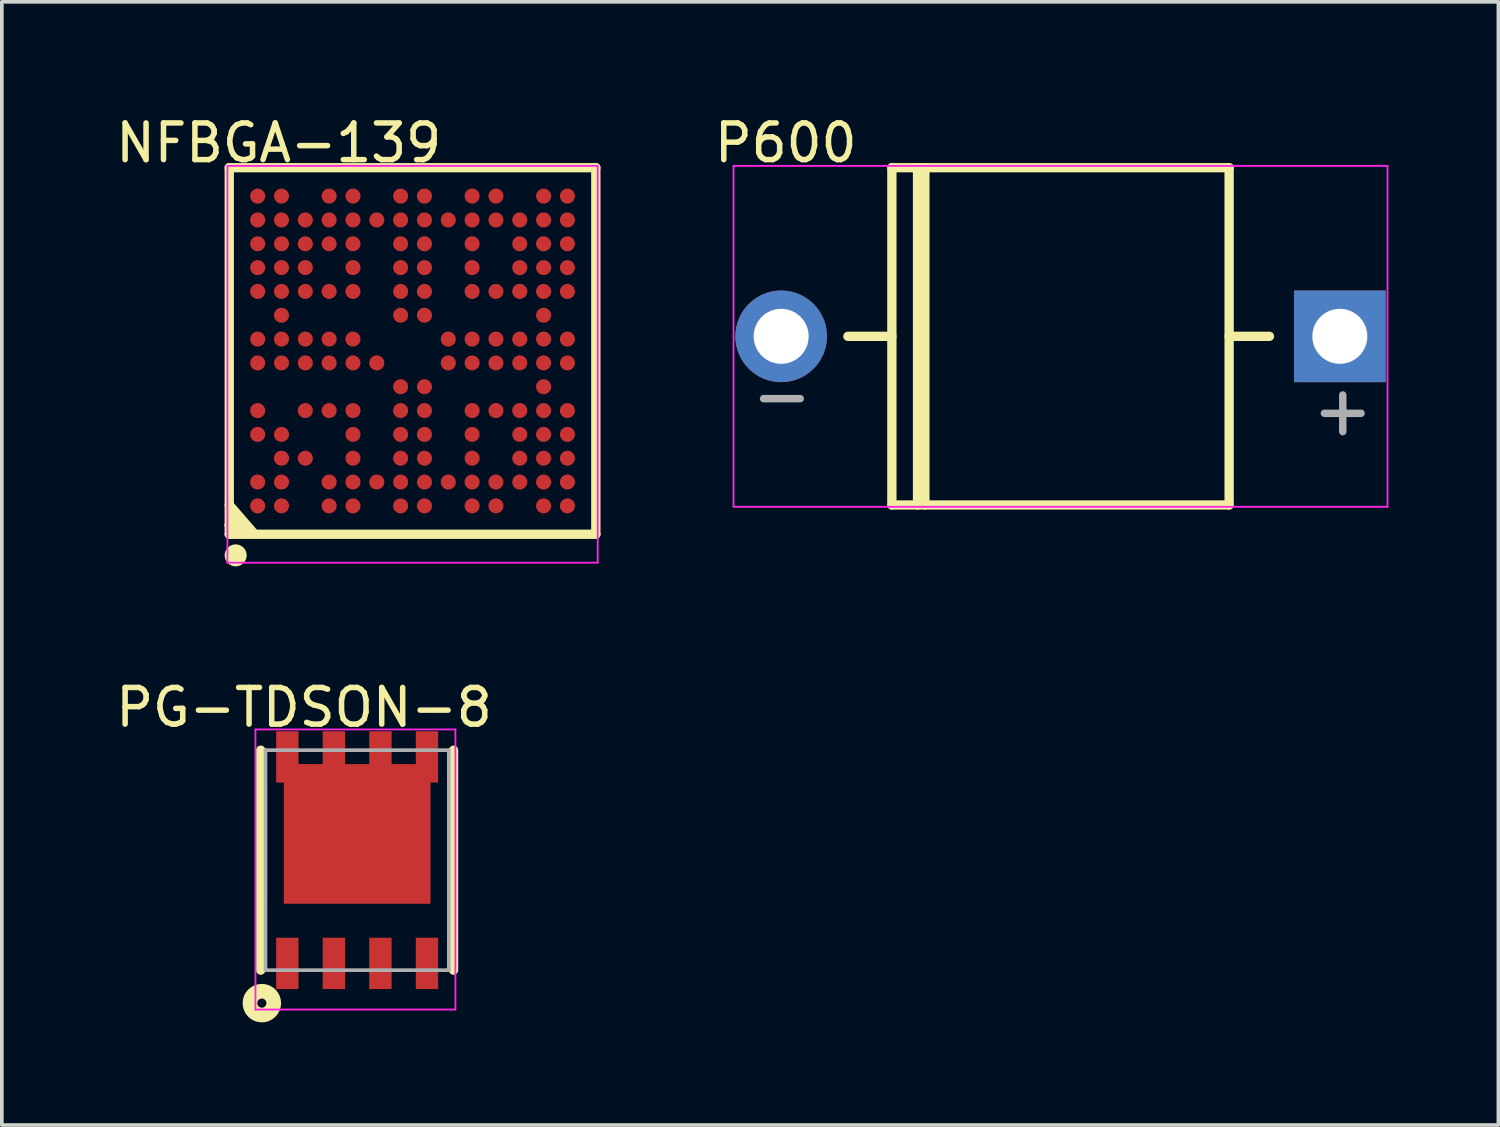
<source format=kicad_pcb>
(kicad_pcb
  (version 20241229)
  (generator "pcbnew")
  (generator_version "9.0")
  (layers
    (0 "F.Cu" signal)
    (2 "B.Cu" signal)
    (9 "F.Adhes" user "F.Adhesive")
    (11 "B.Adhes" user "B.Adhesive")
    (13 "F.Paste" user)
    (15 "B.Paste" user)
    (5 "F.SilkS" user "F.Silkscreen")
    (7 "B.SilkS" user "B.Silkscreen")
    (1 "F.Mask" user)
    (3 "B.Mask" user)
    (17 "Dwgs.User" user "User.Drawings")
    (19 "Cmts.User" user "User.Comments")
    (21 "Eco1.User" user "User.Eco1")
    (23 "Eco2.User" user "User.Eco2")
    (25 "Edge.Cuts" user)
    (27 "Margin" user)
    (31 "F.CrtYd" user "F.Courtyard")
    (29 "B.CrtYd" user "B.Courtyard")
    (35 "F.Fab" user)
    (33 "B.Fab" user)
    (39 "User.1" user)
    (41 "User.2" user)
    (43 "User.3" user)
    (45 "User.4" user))
  (footprint "P600"
    (layer "F.Cu")
    (at 25.88 6.125)
    (property "Reference" "P600" (at -7.495 -5.276 0) (layer "F.SilkS") (effects (font (size 1 1) (thickness 0.15))))
    (attr through_hole)
    (fp_line (start -5.8 0) (end -4.6 0) (stroke (width 0.254) (type solid)) (layer "F.SilkS"))
    (fp_line (start -4.6 -4.6) (end 4.6 -4.6) (stroke (width 0.254) (type solid)) (layer "F.SilkS"))
    (fp_line (start -4.6 4.6) (end -4.6 -4.6) (stroke (width 0.254) (type solid)) (layer "F.SilkS"))
    (fp_line (start -4.6 4.6) (end 4.6 4.6) (stroke (width 0.254) (type solid)) (layer "F.SilkS"))
    (fp_line (start -3.9 4.6) (end -3.9 -4.6) (stroke (width 0.254) (type solid)) (layer "F.SilkS"))
    (fp_line (start -3.7 4.6) (end -3.7 -4.6) (stroke (width 0.254) (type solid)) (layer "F.SilkS"))
    (fp_line (start 4.6 0) (end 5.7 0) (stroke (width 0.254) (type solid)) (layer "F.SilkS"))
    (fp_line (start 4.6 4.6) (end 4.6 -4.6) (stroke (width 0.254) (type solid)) (layer "F.SilkS"))
    (fp_line (start -8.92 -4.65) (end 8.92 -4.65) (stroke (width 0.05) (type solid)) (layer "F.CrtYd"))
    (fp_line (start -8.92 4.65) (end -8.92 -4.65) (stroke (width 0.05) (type solid)) (layer "F.CrtYd"))
    (fp_line (start 8.92 -4.65) (end 8.92 4.65) (stroke (width 0.05) (type solid)) (layer "F.CrtYd"))
    (fp_line (start 8.92 4.65) (end -8.92 4.65) (stroke (width 0.05) (type solid)) (layer "F.CrtYd"))
    (fp_line (start -8.1 1.7) (end -7.1 1.7) (stroke (width 0.203) (type solid)) (layer "F.Fab"))
    (fp_line (start 7.2 2.1) (end 8.2 2.1) (stroke (width 0.203) (type solid)) (layer "F.Fab"))
    (fp_line (start 7.7 2.6) (end 7.7 1.6) (stroke (width 0.203) (type solid)) (layer "F.Fab"))
    (pad "1" thru_hole rect (at 7.62 0) (size 2.5 2.5) (drill 1.5) (layers "*.Cu" "*.Mask"))
    (pad "2" thru_hole oval (at -7.62 0) (size 2.5 2.5) (drill 1.5) (layers "*.Cu" "*.Mask")))
  (footprint "PG-TDSON-8"
    (layer "F.Cu")
    (at 6.693 20.415)
    (property "Reference" "PG-TDSON-8" (at -1.449 -4.167 0) (layer "F.SilkS") (effects (font (size 1 1) (thickness 0.15))))
    (attr through_hole)
    (fp_line (start -2.63 3) (end -2.63 -3) (stroke (width 0.254) (type solid)) (layer "F.SilkS"))
    (fp_line (start 2.63 3) (end 2.63 -3) (stroke (width 0.254) (type solid)) (layer "F.SilkS"))
    (fp_circle (center -2.6 3.9) (end -2.475 3.9) (stroke (width 0.4) (type solid)) (fill no) (layer "F.SilkS"))
    (fp_line (start -2.775 -3.566) (end 2.68 -3.566) (stroke (width 0.05) (type solid)) (layer "F.CrtYd"))
    (fp_line (start -2.775 4.075) (end -2.775 -3.566) (stroke (width 0.05) (type solid)) (layer "F.CrtYd"))
    (fp_line (start 2.68 -3.566) (end 2.68 4.075) (stroke (width 0.05) (type solid)) (layer "F.CrtYd"))
    (fp_line (start 2.68 4.075) (end -2.775 4.075) (stroke (width 0.05) (type solid)) (layer "F.CrtYd"))
    (fp_line (start -2.5 -3) (end 2.5 -3) (stroke (width 0.1) (type solid)) (layer "F.Fab"))
    (fp_line (start -2.5 3) (end -2.5 -3) (stroke (width 0.1) (type solid)) (layer "F.Fab"))
    (fp_line (start -2.5 3) (end 2.5 3) (stroke (width 0.1) (type solid)) (layer "F.Fab"))
    (fp_line (start 2.5 3) (end 2.5 -3) (stroke (width 0.1) (type solid)) (layer "F.Fab"))
    (pad "0" smd rect (at 0 -0.716 90) (size 3.81 4) (layers "F.Cu" "F.Mask" "F.Paste"))
    (pad "1" smd rect (at -1.905 2.816) (size 0.61 1.4) (layers "F.Cu" "F.Mask" "F.Paste"))
    (pad "2" smd rect (at -0.635 2.816) (size 0.61 1.4) (layers "F.Cu" "F.Mask" "F.Paste"))
    (pad "3" smd rect (at 0.635 2.816) (size 0.61 1.4) (layers "F.Cu" "F.Mask" "F.Paste"))
    (pad "4" smd rect (at 1.905 2.816) (size 0.61 1.4) (layers "F.Cu" "F.Mask" "F.Paste"))
    (pad "5" smd rect (at 1.905 -2.816) (size 0.61 1.4) (layers "F.Cu" "F.Mask" "F.Paste"))
    (pad "6" smd rect (at 0.635 -2.816) (size 0.61 1.4) (layers "F.Cu" "F.Mask" "F.Paste"))
    (pad "7" smd rect (at -0.635 -2.816) (size 0.61 1.4) (layers "F.Cu" "F.Mask" "F.Paste"))
    (pad "8" smd rect (at -1.905 -2.816) (size 0.61 1.4) (layers "F.Cu" "F.Mask" "F.Paste")))
  (footprint "NFBGA-139"
    (layer "F.Cu")
    (at 8.204 6.525)
    (property "Reference" "NFBGA-139" (at -3.651 -5.676 0) (layer "F.SilkS") (effects (font (size 1 1) (thickness 0.15))))
    (attr through_hole)
    (fp_line (start -5 -5) (end 5 -5) (stroke (width 0.254) (type solid)) (layer "F.SilkS"))
    (fp_line (start -5 4.2) (end -4.35 4.95) (stroke (width 0.254) (type solid)) (layer "F.SilkS"))
    (fp_line (start -5 4.75) (end -4.625 4.925) (stroke (width 0.254) (type solid)) (layer "F.SilkS"))
    (fp_line (start -5 4.75) (end -4.625 4.925) (stroke (width 0.254) (type solid)) (layer "F.SilkS"))
    (fp_line (start -5 5) (end -5 -5) (stroke (width 0.254) (type solid)) (layer "F.SilkS"))
    (fp_line (start -5 5) (end 5 5) (stroke (width 0.254) (type solid)) (layer "F.SilkS"))
    (fp_line (start -4.975 4.525) (end -4.625 4.925) (stroke (width 0.254) (type solid)) (layer "F.SilkS"))
    (fp_line (start 5 5) (end 5 -5) (stroke (width 0.254) (type solid)) (layer "F.SilkS"))
    (fp_circle (center -4.825 5.575) (end -4.675 5.575) (stroke (width 0.3) (type solid)) (fill no) (layer "F.SilkS"))
    (fp_line (start -5.05 -5.05) (end 5.05 -5.05) (stroke (width 0.05) (type solid)) (layer "F.CrtYd"))
    (fp_line (start -5.05 5.775) (end -5.05 -5.05) (stroke (width 0.05) (type solid)) (layer "F.CrtYd"))
    (fp_line (start 5.05 -5.05) (end 5.05 5.775) (stroke (width 0.05) (type solid)) (layer "F.CrtYd"))
    (fp_line (start 5.05 5.775) (end -5.05 5.775) (stroke (width 0.05) (type solid)) (layer "F.CrtYd"))
    (pad "A1" smd oval (at -4.225 4.225) (size 0.41 0.41) (layers "F.Cu" "F.Mask" "F.Paste"))
    (pad "A2" smd oval (at -4.225 3.575) (size 0.41 0.41) (layers "F.Cu" "F.Mask" "F.Paste"))
    (pad "A4" smd oval (at -4.225 2.275) (size 0.41 0.41) (layers "F.Cu" "F.Mask" "F.Paste"))
    (pad "A5" smd oval (at -4.225 1.625) (size 0.41 0.41) (layers "F.Cu" "F.Mask" "F.Paste"))
    (pad "A7" smd oval (at -4.225 0.325) (size 0.41 0.41) (layers "F.Cu" "F.Mask" "F.Paste"))
    (pad "A8" smd oval (at -4.225 -0.325) (size 0.41 0.41) (layers "F.Cu" "F.Mask" "F.Paste"))
    (pad "A10" smd oval (at -4.225 -1.625) (size 0.41 0.41) (layers "F.Cu" "F.Mask" "F.Paste"))
    (pad "A11" smd oval (at -4.225 -2.275) (size 0.41 0.41) (layers "F.Cu" "F.Mask" "F.Paste"))
    (pad "A12" smd oval (at -4.225 -2.925) (size 0.41 0.41) (layers "F.Cu" "F.Mask" "F.Paste"))
    (pad "A13" smd oval (at -4.225 -3.575) (size 0.41 0.41) (layers "F.Cu" "F.Mask" "F.Paste"))
    (pad "A14" smd oval (at -4.225 -4.225) (size 0.41 0.41) (layers "F.Cu" "F.Mask" "F.Paste"))
    (pad "B1" smd oval (at -3.575 4.225) (size 0.41 0.41) (layers "F.Cu" "F.Mask" "F.Paste"))
    (pad "B2" smd oval (at -3.575 3.575) (size 0.41 0.41) (layers "F.Cu" "F.Mask" "F.Paste"))
    (pad "B3" smd oval (at -3.575 2.925) (size 0.41 0.41) (layers "F.Cu" "F.Mask" "F.Paste"))
    (pad "B4" smd oval (at -3.575 2.275) (size 0.41 0.41) (layers "F.Cu" "F.Mask" "F.Paste"))
    (pad "B7" smd oval (at -3.575 0.325) (size 0.41 0.41) (layers "F.Cu" "F.Mask" "F.Paste"))
    (pad "B8" smd oval (at -3.575 -0.325) (size 0.41 0.41) (layers "F.Cu" "F.Mask" "F.Paste"))
    (pad "B9" smd oval (at -3.575 -0.975) (size 0.41 0.41) (layers "F.Cu" "F.Mask" "F.Paste"))
    (pad "B10" smd oval (at -3.575 -1.625) (size 0.41 0.41) (layers "F.Cu" "F.Mask" "F.Paste"))
    (pad "B11" smd oval (at -3.575 -2.275) (size 0.41 0.41) (layers "F.Cu" "F.Mask" "F.Paste"))
    (pad "B12" smd oval (at -3.575 -2.925) (size 0.41 0.41) (layers "F.Cu" "F.Mask" "F.Paste"))
    (pad "B13" smd oval (at -3.575 -3.575) (size 0.41 0.41) (layers "F.Cu" "F.Mask" "F.Paste"))
    (pad "B14" smd oval (at -3.575 -4.225) (size 0.41 0.41) (layers "F.Cu" "F.Mask" "F.Paste"))
    (pad "C3" smd oval (at -2.925 2.925) (size 0.41 0.41) (layers "F.Cu" "F.Mask" "F.Paste"))
    (pad "C5" smd oval (at -2.925 1.625) (size 0.41 0.41) (layers "F.Cu" "F.Mask" "F.Paste"))
    (pad "C7" smd oval (at -2.925 0.325) (size 0.41 0.41) (layers "F.Cu" "F.Mask" "F.Paste"))
    (pad "C8" smd oval (at -2.925 -0.325) (size 0.41 0.41) (layers "F.Cu" "F.Mask" "F.Paste"))
    (pad "C10" smd oval (at -2.925 -1.625) (size 0.41 0.41) (layers "F.Cu" "F.Mask" "F.Paste"))
    (pad "C11" smd oval (at -2.925 -2.275) (size 0.41 0.41) (layers "F.Cu" "F.Mask" "F.Paste"))
    (pad "C12" smd oval (at -2.925 -2.925) (size 0.41 0.41) (layers "F.Cu" "F.Mask" "F.Paste"))
    (pad "C13" smd oval (at -2.925 -3.575) (size 0.41 0.41) (layers "F.Cu" "F.Mask" "F.Paste"))
    (pad "D1" smd oval (at -2.275 4.225) (size 0.41 0.41) (layers "F.Cu" "F.Mask" "F.Paste"))
    (pad "D2" smd oval (at -2.275 3.575) (size 0.41 0.41) (layers "F.Cu" "F.Mask" "F.Paste"))
    (pad "D5" smd oval (at -2.275 1.625) (size 0.41 0.41) (layers "F.Cu" "F.Mask" "F.Paste"))
    (pad "D7" smd oval (at -2.275 0.325) (size 0.41 0.41) (layers "F.Cu" "F.Mask" "F.Paste"))
    (pad "D8" smd oval (at -2.275 -0.325) (size 0.41 0.41) (layers "F.Cu" "F.Mask" "F.Paste"))
    (pad "D10" smd oval (at -2.275 -1.625) (size 0.41 0.41) (layers "F.Cu" "F.Mask" "F.Paste"))
    (pad "D12" smd oval (at -2.275 -2.925) (size 0.41 0.41) (layers "F.Cu" "F.Mask" "F.Paste"))
    (pad "D13" smd oval (at -2.275 -3.575) (size 0.41 0.41) (layers "F.Cu" "F.Mask" "F.Paste"))
    (pad "D14" smd oval (at -2.275 -4.225) (size 0.41 0.41) (layers "F.Cu" "F.Mask" "F.Paste"))
    (pad "E1" smd oval (at -1.625 4.225) (size 0.41 0.41) (layers "F.Cu" "F.Mask" "F.Paste"))
    (pad "E2" smd oval (at -1.625 3.575) (size 0.41 0.41) (layers "F.Cu" "F.Mask" "F.Paste"))
    (pad "E3" smd oval (at -1.625 2.925) (size 0.41 0.41) (layers "F.Cu" "F.Mask" "F.Paste"))
    (pad "E4" smd oval (at -1.625 2.275) (size 0.41 0.41) (layers "F.Cu" "F.Mask" "F.Paste"))
    (pad "E5" smd oval (at -1.625 1.625) (size 0.41 0.41) (layers "F.Cu" "F.Mask" "F.Paste"))
    (pad "E7" smd oval (at -1.625 0.325) (size 0.41 0.41) (layers "F.Cu" "F.Mask" "F.Paste"))
    (pad "E8" smd oval (at -1.625 -0.325) (size 0.41 0.41) (layers "F.Cu" "F.Mask" "F.Paste"))
    (pad "E10" smd oval (at -1.625 -1.625) (size 0.41 0.41) (layers "F.Cu" "F.Mask" "F.Paste"))
    (pad "E11" smd oval (at -1.625 -2.275) (size 0.41 0.41) (layers "F.Cu" "F.Mask" "F.Paste"))
    (pad "E12" smd oval (at -1.625 -2.925) (size 0.41 0.41) (layers "F.Cu" "F.Mask" "F.Paste"))
    (pad "E13" smd oval (at -1.625 -3.575) (size 0.41 0.41) (layers "F.Cu" "F.Mask" "F.Paste"))
    (pad "E14" smd oval (at -1.625 -4.225) (size 0.41 0.41) (layers "F.Cu" "F.Mask" "F.Paste"))
    (pad "F2" smd oval (at -0.975 3.575) (size 0.41 0.41) (layers "F.Cu" "F.Mask" "F.Paste"))
    (pad "F7" smd oval (at -0.975 0.325) (size 0.41 0.41) (layers "F.Cu" "F.Mask" "F.Paste"))
    (pad "F13" smd oval (at -0.975 -3.575) (size 0.41 0.41) (layers "F.Cu" "F.Mask" "F.Paste"))
    (pad "G1" smd oval (at -0.325 4.225) (size 0.41 0.41) (layers "F.Cu" "F.Mask" "F.Paste"))
    (pad "G2" smd oval (at -0.325 3.575) (size 0.41 0.41) (layers "F.Cu" "F.Mask" "F.Paste"))
    (pad "G3" smd oval (at -0.325 2.925) (size 0.41 0.41) (layers "F.Cu" "F.Mask" "F.Paste"))
    (pad "G4" smd oval (at -0.325 2.275) (size 0.41 0.41) (layers "F.Cu" "F.Mask" "F.Paste"))
    (pad "G5" smd oval (at -0.325 1.625) (size 0.41 0.41) (layers "F.Cu" "F.Mask" "F.Paste"))
    (pad "G6" smd oval (at -0.325 0.975) (size 0.41 0.41) (layers "F.Cu" "F.Mask" "F.Paste"))
    (pad "G9" smd oval (at -0.325 -0.975) (size 0.41 0.41) (layers "F.Cu" "F.Mask" "F.Paste"))
    (pad "G10" smd oval (at -0.325 -1.625) (size 0.41 0.41) (layers "F.Cu" "F.Mask" "F.Paste"))
    (pad "G11" smd oval (at -0.325 -2.275) (size 0.41 0.41) (layers "F.Cu" "F.Mask" "F.Paste"))
    (pad "G12" smd oval (at -0.325 -2.925) (size 0.41 0.41) (layers "F.Cu" "F.Mask" "F.Paste"))
    (pad "G13" smd oval (at -0.325 -3.575) (size 0.41 0.41) (layers "F.Cu" "F.Mask" "F.Paste"))
    (pad "G14" smd oval (at -0.325 -4.225) (size 0.41 0.41) (layers "F.Cu" "F.Mask" "F.Paste"))
    (pad "H1" smd oval (at 0.325 4.225) (size 0.41 0.41) (layers "F.Cu" "F.Mask" "F.Paste"))
    (pad "H2" smd oval (at 0.325 3.575) (size 0.41 0.41) (layers "F.Cu" "F.Mask" "F.Paste"))
    (pad "H3" smd oval (at 0.325 2.925) (size 0.41 0.41) (layers "F.Cu" "F.Mask" "F.Paste"))
    (pad "H4" smd oval (at 0.325 2.275) (size 0.41 0.41) (layers "F.Cu" "F.Mask" "F.Paste"))
    (pad "H5" smd oval (at 0.325 1.625) (size 0.41 0.41) (layers "F.Cu" "F.Mask" "F.Paste"))
    (pad "H6" smd oval (at 0.325 0.975) (size 0.41 0.41) (layers "F.Cu" "F.Mask" "F.Paste"))
    (pad "H9" smd oval (at 0.325 -0.975) (size 0.41 0.41) (layers "F.Cu" "F.Mask" "F.Paste"))
    (pad "H10" smd oval (at 0.325 -1.625) (size 0.41 0.41) (layers "F.Cu" "F.Mask" "F.Paste"))
    (pad "H11" smd oval (at 0.325 -2.275) (size 0.41 0.41) (layers "F.Cu" "F.Mask" "F.Paste"))
    (pad "H12" smd oval (at 0.325 -2.925) (size 0.41 0.41) (layers "F.Cu" "F.Mask" "F.Paste"))
    (pad "H13" smd oval (at 0.325 -3.575) (size 0.41 0.41) (layers "F.Cu" "F.Mask" "F.Paste"))
    (pad "H14" smd oval (at 0.325 -4.225) (size 0.41 0.41) (layers "F.Cu" "F.Mask" "F.Paste"))
    (pad "J2" smd oval (at 0.975 3.575) (size 0.41 0.41) (layers "F.Cu" "F.Mask" "F.Paste"))
    (pad "J7" smd oval (at 0.975 0.325) (size 0.41 0.41) (layers "F.Cu" "F.Mask" "F.Paste"))
    (pad "J8" smd oval (at 0.975 -0.325) (size 0.41 0.41) (layers "F.Cu" "F.Mask" "F.Paste"))
    (pad "J13" smd oval (at 0.975 -3.575) (size 0.41 0.41) (layers "F.Cu" "F.Mask" "F.Paste"))
    (pad "K1" smd oval (at 1.625 4.225) (size 0.41 0.41) (layers "F.Cu" "F.Mask" "F.Paste"))
    (pad "K2" smd oval (at 1.625 3.575) (size 0.41 0.41) (layers "F.Cu" "F.Mask" "F.Paste"))
    (pad "K3" smd oval (at 1.625 2.925) (size 0.41 0.41) (layers "F.Cu" "F.Mask" "F.Paste"))
    (pad "K4" smd oval (at 1.625 2.275) (size 0.41 0.41) (layers "F.Cu" "F.Mask" "F.Paste"))
    (pad "K5" smd oval (at 1.625 1.625) (size 0.41 0.41) (layers "F.Cu" "F.Mask" "F.Paste"))
    (pad "K7" smd oval (at 1.625 0.325) (size 0.41 0.41) (layers "F.Cu" "F.Mask" "F.Paste"))
    (pad "K8" smd oval (at 1.625 -0.325) (size 0.41 0.41) (layers "F.Cu" "F.Mask" "F.Paste"))
    (pad "K10" smd oval (at 1.625 -1.625) (size 0.41 0.41) (layers "F.Cu" "F.Mask" "F.Paste"))
    (pad "K11" smd oval (at 1.625 -2.275) (size 0.41 0.41) (layers "F.Cu" "F.Mask" "F.Paste"))
    (pad "K12" smd oval (at 1.625 -2.925) (size 0.41 0.41) (layers "F.Cu" "F.Mask" "F.Paste"))
    (pad "K13" smd oval (at 1.625 -3.575) (size 0.41 0.41) (layers "F.Cu" "F.Mask" "F.Paste"))
    (pad "K14" smd oval (at 1.625 -4.225) (size 0.41 0.41) (layers "F.Cu" "F.Mask" "F.Paste"))
    (pad "L1" smd oval (at 2.275 4.225) (size 0.41 0.41) (layers "F.Cu" "F.Mask" "F.Paste"))
    (pad "L2" smd oval (at 2.275 3.575) (size 0.41 0.41) (layers "F.Cu" "F.Mask" "F.Paste"))
    (pad "L5" smd oval (at 2.275 1.625) (size 0.41 0.41) (layers "F.Cu" "F.Mask" "F.Paste"))
    (pad "L7" smd oval (at 2.275 0.325) (size 0.41 0.41) (layers "F.Cu" "F.Mask" "F.Paste"))
    (pad "L8" smd oval (at 2.275 -0.325) (size 0.41 0.41) (layers "F.Cu" "F.Mask" "F.Paste"))
    (pad "L10" smd oval (at 2.275 -1.625) (size 0.41 0.41) (layers "F.Cu" "F.Mask" "F.Paste"))
    (pad "L13" smd oval (at 2.275 -3.575) (size 0.41 0.41) (layers "F.Cu" "F.Mask" "F.Paste"))
    (pad "L14" smd oval (at 2.275 -4.225) (size 0.41 0.41) (layers "F.Cu" "F.Mask" "F.Paste"))
    (pad "M2" smd oval (at 2.925 3.575) (size 0.41 0.41) (layers "F.Cu" "F.Mask" "F.Paste"))
    (pad "M3" smd oval (at 2.925 2.925) (size 0.41 0.41) (layers "F.Cu" "F.Mask" "F.Paste"))
    (pad "M4" smd oval (at 2.925 2.275) (size 0.41 0.41) (layers "F.Cu" "F.Mask" "F.Paste"))
    (pad "M5" smd oval (at 2.925 1.625) (size 0.41 0.41) (layers "F.Cu" "F.Mask" "F.Paste"))
    (pad "M7" smd oval (at 2.925 0.325) (size 0.41 0.41) (layers "F.Cu" "F.Mask" "F.Paste"))
    (pad "M8" smd oval (at 2.925 -0.325) (size 0.41 0.41) (layers "F.Cu" "F.Mask" "F.Paste"))
    (pad "M10" smd oval (at 2.925 -1.625) (size 0.41 0.41) (layers "F.Cu" "F.Mask" "F.Paste"))
    (pad "M11" smd oval (at 2.925 -2.275) (size 0.41 0.41) (layers "F.Cu" "F.Mask" "F.Paste"))
    (pad "M12" smd oval (at 2.925 -2.925) (size 0.41 0.41) (layers "F.Cu" "F.Mask" "F.Paste"))
    (pad "M13" smd oval (at 2.925 -3.575) (size 0.41 0.41) (layers "F.Cu" "F.Mask" "F.Paste"))
    (pad "N1" smd oval (at 3.575 4.225) (size 0.41 0.41) (layers "F.Cu" "F.Mask" "F.Paste"))
    (pad "N2" smd oval (at 3.575 3.575) (size 0.41 0.41) (layers "F.Cu" "F.Mask" "F.Paste"))
    (pad "N3" smd oval (at 3.575 2.925) (size 0.41 0.41) (layers "F.Cu" "F.Mask" "F.Paste"))
    (pad "N4" smd oval (at 3.575 2.275) (size 0.41 0.41) (layers "F.Cu" "F.Mask" "F.Paste"))
    (pad "N5" smd oval (at 3.575 1.625) (size 0.41 0.41) (layers "F.Cu" "F.Mask" "F.Paste"))
    (pad "N6" smd oval (at 3.575 0.975) (size 0.41 0.41) (layers "F.Cu" "F.Mask" "F.Paste"))
    (pad "N7" smd oval (at 3.575 0.325) (size 0.41 0.41) (layers "F.Cu" "F.Mask" "F.Paste"))
    (pad "N8" smd oval (at 3.575 -0.325) (size 0.41 0.41) (layers "F.Cu" "F.Mask" "F.Paste"))
    (pad "N9" smd oval (at 3.575 -0.975) (size 0.41 0.41) (layers "F.Cu" "F.Mask" "F.Paste"))
    (pad "N10" smd oval (at 3.575 -1.625) (size 0.41 0.41) (layers "F.Cu" "F.Mask" "F.Paste"))
    (pad "N11" smd oval (at 3.575 -2.275) (size 0.41 0.41) (layers "F.Cu" "F.Mask" "F.Paste"))
    (pad "N12" smd oval (at 3.575 -2.925) (size 0.41 0.41) (layers "F.Cu" "F.Mask" "F.Paste"))
    (pad "N13" smd oval (at 3.575 -3.575) (size 0.41 0.41) (layers "F.Cu" "F.Mask" "F.Paste"))
    (pad "N14" smd oval (at 3.575 -4.225) (size 0.41 0.41) (layers "F.Cu" "F.Mask" "F.Paste"))
    (pad "P1" smd oval (at 4.225 4.225) (size 0.41 0.41) (layers "F.Cu" "F.Mask" "F.Paste"))
    (pad "P2" smd oval (at 4.225 3.575) (size 0.41 0.41) (layers "F.Cu" "F.Mask" "F.Paste"))
    (pad "P3" smd oval (at 4.225 2.925) (size 0.41 0.41) (layers "F.Cu" "F.Mask" "F.Paste"))
    (pad "P4" smd oval (at 4.225 2.275) (size 0.41 0.41) (layers "F.Cu" "F.Mask" "F.Paste"))
    (pad "P5" smd oval (at 4.225 1.625) (size 0.41 0.41) (layers "F.Cu" "F.Mask" "F.Paste"))
    (pad "P7" smd oval (at 4.225 0.325) (size 0.41 0.41) (layers "F.Cu" "F.Mask" "F.Paste"))
    (pad "P8" smd oval (at 4.225 -0.325) (size 0.41 0.41) (layers "F.Cu" "F.Mask" "F.Paste"))
    (pad "P10" smd oval (at 4.225 -1.625) (size 0.41 0.41) (layers "F.Cu" "F.Mask" "F.Paste"))
    (pad "P11" smd oval (at 4.225 -2.275) (size 0.41 0.41) (layers "F.Cu" "F.Mask" "F.Paste"))
    (pad "P12" smd oval (at 4.225 -2.925) (size 0.41 0.41) (layers "F.Cu" "F.Mask" "F.Paste"))
    (pad "P13" smd oval (at 4.225 -3.575) (size 0.41 0.41) (layers "F.Cu" "F.Mask" "F.Paste"))
    (pad "P14" smd oval (at 4.225 -4.225) (size 0.41 0.41) (layers "F.Cu" "F.Mask" "F.Paste")))
  (gr_rect
    (start -3 -3)
    (end 37.825 27.64)
    (stroke (width 0.1) (type default))
    (fill no)
    (layer "Edge.Cuts")))
</source>
